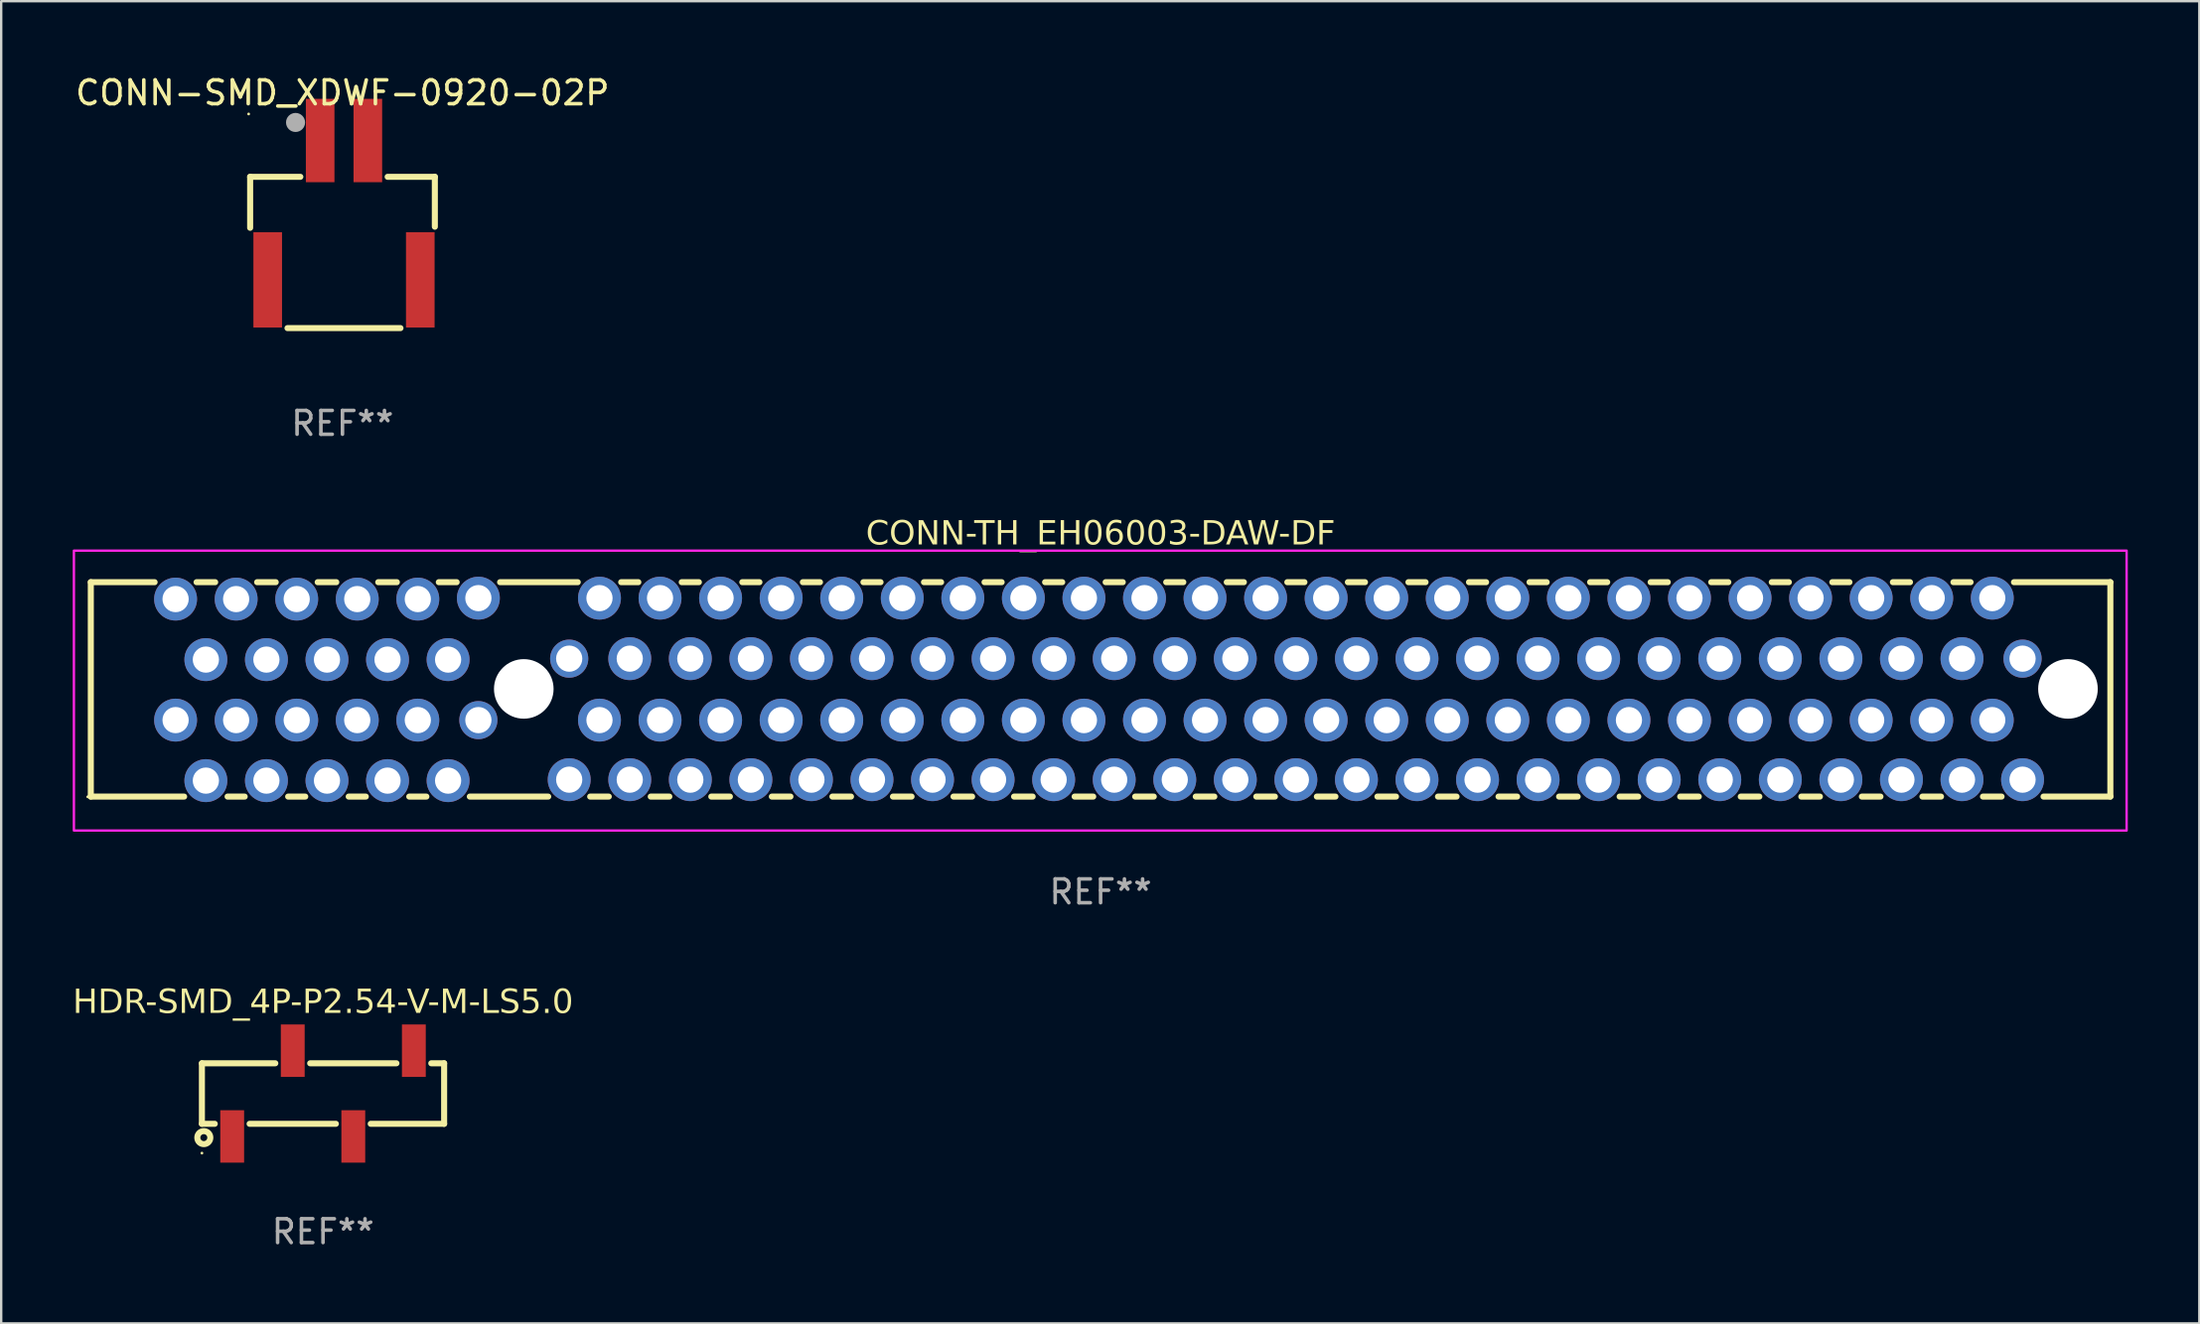
<source format=kicad_pcb>
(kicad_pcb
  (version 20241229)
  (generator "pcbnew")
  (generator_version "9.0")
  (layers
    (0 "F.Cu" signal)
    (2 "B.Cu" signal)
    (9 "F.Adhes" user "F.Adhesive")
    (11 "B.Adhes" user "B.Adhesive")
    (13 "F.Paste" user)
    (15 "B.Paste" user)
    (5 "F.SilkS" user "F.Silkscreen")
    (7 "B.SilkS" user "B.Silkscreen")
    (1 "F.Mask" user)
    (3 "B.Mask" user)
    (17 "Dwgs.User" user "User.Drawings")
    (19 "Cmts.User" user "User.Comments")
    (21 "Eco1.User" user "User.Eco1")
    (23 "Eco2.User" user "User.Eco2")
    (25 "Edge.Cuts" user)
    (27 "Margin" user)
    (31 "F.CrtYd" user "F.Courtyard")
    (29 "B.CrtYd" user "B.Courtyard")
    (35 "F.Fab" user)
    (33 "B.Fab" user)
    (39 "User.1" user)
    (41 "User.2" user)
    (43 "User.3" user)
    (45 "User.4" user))
  (footprint "CONN-SMD_XDWF-0920-02P"
    (layer "F.Cu")
    (at 11.379 5.773)
    (property "Reference" "CONN-SMD_XDWF-0920-02P" (at -0.064 -4.925 0) (layer "F.SilkS") (effects (font (size 1 1) (thickness 0.15))))
    (attr smd)
    (fp_line (start -3.937 -1.401) (end -3.937 0.739) (stroke (width 0.254) (type solid)) (layer "F.SilkS"))
    (fp_line (start -2.37 4.949) (end 2.369 4.949) (stroke (width 0.254) (type solid)) (layer "F.SilkS"))
    (fp_line (start -1.831 -1.401) (end -3.937 -1.401) (stroke (width 0.254) (type solid)) (layer "F.SilkS"))
    (fp_line (start 1.831 -1.401) (end 3.81 -1.401) (stroke (width 0.254) (type solid)) (layer "F.SilkS"))
    (fp_line (start 3.81 -1.401) (end 3.81 0.694) (stroke (width 0.254) (type solid)) (layer "F.SilkS"))
    (fp_circle (center -4 -4.039) (end -3.97 -4.039) (stroke (width 0.06) (type solid)) (fill no) (layer "F.SilkS"))
    (fp_circle (center -2.032 -3.683) (end -1.832 -3.683) (stroke (width 0.4) (type solid)) (fill no) (layer "F.Fab"))
    (fp_text user "REF**" (at -0.064 8.949 0) (layer "F.Fab") (effects (font (size 1 1) (thickness 0.15))))
    (pad "1" smd rect (at -1 -2.925) (size 1.2 3.5) (layers "F.Cu" "F.Mask" "F.Paste"))
    (pad "2" smd rect (at 1 -2.925) (size 1.2 3.5) (layers "F.Cu" "F.Mask" "F.Paste"))
    (pad "3" smd rect (at 3.2 2.925) (size 1.2 4) (layers "F.Cu" "F.Mask" "F.Paste"))
    (pad "4" smd rect (at -3.2 2.925) (size 1.2 4) (layers "F.Cu" "F.Mask" "F.Paste")))
  (footprint "CONN-TH_EH06003-DAW-DF"
    (layer "F.Cu")
    (at 43.05 25.887)
    (property "Reference" "CONN-TH_EH06003-DAW-DF" (at 0.064 -6.5 0) (layer "F.SilkS") (effects (font (face "Anko Personal Use SemBd") (size 1 1) (thickness 0.15))))
    (attr through_hole)
    (fp_line (start -42.291 -4.5) (end -42.291 4.5) (stroke (width 0.254) (type solid)) (layer "F.SilkS"))
    (fp_line (start -42.291 -4.5) (end -39.615 -4.5) (stroke (width 0.254) (type solid)) (layer "F.SilkS"))
    (fp_line (start -42.291 4.5) (end -38.376 4.5) (stroke (width 0.254) (type solid)) (layer "F.SilkS"))
    (fp_line (start -37.855 -4.5) (end -37.075 -4.5) (stroke (width 0.254) (type solid)) (layer "F.SilkS"))
    (fp_line (start -36.554 4.5) (end -35.836 4.5) (stroke (width 0.254) (type solid)) (layer "F.SilkS"))
    (fp_line (start -35.315 -4.5) (end -34.535 -4.5) (stroke (width 0.254) (type solid)) (layer "F.SilkS"))
    (fp_line (start -34.014 4.5) (end -33.296 4.5) (stroke (width 0.254) (type solid)) (layer "F.SilkS"))
    (fp_line (start -32.775 -4.5) (end -31.995 -4.5) (stroke (width 0.254) (type solid)) (layer "F.SilkS"))
    (fp_line (start -31.474 4.5) (end -30.756 4.5) (stroke (width 0.254) (type solid)) (layer "F.SilkS"))
    (fp_line (start -30.235 -4.5) (end -29.455 -4.5) (stroke (width 0.254) (type solid)) (layer "F.SilkS"))
    (fp_line (start -28.934 4.5) (end -28.216 4.5) (stroke (width 0.254) (type solid)) (layer "F.SilkS"))
    (fp_line (start -27.695 -4.5) (end -26.946 -4.5) (stroke (width 0.254) (type solid)) (layer "F.SilkS"))
    (fp_line (start -26.394 4.5) (end -23.105 4.5) (stroke (width 0.254) (type solid)) (layer "F.SilkS"))
    (fp_line (start -25.124 -4.5) (end -21.866 -4.5) (stroke (width 0.254) (type solid)) (layer "F.SilkS"))
    (fp_line (start -21.345 4.5) (end -20.565 4.5) (stroke (width 0.254) (type solid)) (layer "F.SilkS"))
    (fp_line (start -20.044 -4.5) (end -19.326 -4.5) (stroke (width 0.254) (type solid)) (layer "F.SilkS"))
    (fp_line (start -18.805 4.5) (end -18.025 4.5) (stroke (width 0.254) (type solid)) (layer "F.SilkS"))
    (fp_line (start -17.504 -4.5) (end -16.786 -4.5) (stroke (width 0.254) (type solid)) (layer "F.SilkS"))
    (fp_line (start -16.265 4.5) (end -15.485 4.5) (stroke (width 0.254) (type solid)) (layer "F.SilkS"))
    (fp_line (start -14.964 -4.5) (end -14.246 -4.5) (stroke (width 0.254) (type solid)) (layer "F.SilkS"))
    (fp_line (start -13.725 4.5) (end -12.945 4.5) (stroke (width 0.254) (type solid)) (layer "F.SilkS"))
    (fp_line (start -12.424 -4.5) (end -11.706 -4.5) (stroke (width 0.254) (type solid)) (layer "F.SilkS"))
    (fp_line (start -11.185 4.5) (end -10.405 4.5) (stroke (width 0.254) (type solid)) (layer "F.SilkS"))
    (fp_line (start -9.884 -4.5) (end -9.166 -4.5) (stroke (width 0.254) (type solid)) (layer "F.SilkS"))
    (fp_line (start -8.645 4.5) (end -7.865 4.5) (stroke (width 0.254) (type solid)) (layer "F.SilkS"))
    (fp_line (start -7.344 -4.5) (end -6.626 -4.5) (stroke (width 0.254) (type solid)) (layer "F.SilkS"))
    (fp_line (start -6.105 4.5) (end -5.325 4.5) (stroke (width 0.254) (type solid)) (layer "F.SilkS"))
    (fp_line (start -4.804 -4.5) (end -4.086 -4.5) (stroke (width 0.254) (type solid)) (layer "F.SilkS"))
    (fp_line (start -3.565 4.5) (end -2.785 4.5) (stroke (width 0.254) (type solid)) (layer "F.SilkS"))
    (fp_line (start -2.264 -4.5) (end -1.546 -4.5) (stroke (width 0.254) (type solid)) (layer "F.SilkS"))
    (fp_line (start -1.025 4.5) (end -0.245 4.5) (stroke (width 0.254) (type solid)) (layer "F.SilkS"))
    (fp_line (start 0.276 -4.5) (end 0.994 -4.5) (stroke (width 0.254) (type solid)) (layer "F.SilkS"))
    (fp_line (start 1.515 4.5) (end 2.295 4.5) (stroke (width 0.254) (type solid)) (layer "F.SilkS"))
    (fp_line (start 2.816 -4.5) (end 3.534 -4.5) (stroke (width 0.254) (type solid)) (layer "F.SilkS"))
    (fp_line (start 4.055 4.5) (end 4.835 4.5) (stroke (width 0.254) (type solid)) (layer "F.SilkS"))
    (fp_line (start 5.356 -4.5) (end 6.074 -4.5) (stroke (width 0.254) (type solid)) (layer "F.SilkS"))
    (fp_line (start 6.595 4.5) (end 7.375 4.5) (stroke (width 0.254) (type solid)) (layer "F.SilkS"))
    (fp_line (start 7.896 -4.5) (end 8.614 -4.5) (stroke (width 0.254) (type solid)) (layer "F.SilkS"))
    (fp_line (start 9.135 4.5) (end 9.915 4.5) (stroke (width 0.254) (type solid)) (layer "F.SilkS"))
    (fp_line (start 10.436 -4.5) (end 11.154 -4.5) (stroke (width 0.254) (type solid)) (layer "F.SilkS"))
    (fp_line (start 11.675 4.5) (end 12.455 4.5) (stroke (width 0.254) (type solid)) (layer "F.SilkS"))
    (fp_line (start 12.976 -4.5) (end 13.694 -4.5) (stroke (width 0.254) (type solid)) (layer "F.SilkS"))
    (fp_line (start 14.215 4.5) (end 14.995 4.5) (stroke (width 0.254) (type solid)) (layer "F.SilkS"))
    (fp_line (start 15.516 -4.5) (end 16.234 -4.5) (stroke (width 0.254) (type solid)) (layer "F.SilkS"))
    (fp_line (start 16.755 4.5) (end 17.535 4.5) (stroke (width 0.254) (type solid)) (layer "F.SilkS"))
    (fp_line (start 18.056 -4.5) (end 18.774 -4.5) (stroke (width 0.254) (type solid)) (layer "F.SilkS"))
    (fp_line (start 19.295 4.5) (end 20.075 4.5) (stroke (width 0.254) (type solid)) (layer "F.SilkS"))
    (fp_line (start 20.596 -4.5) (end 21.314 -4.5) (stroke (width 0.254) (type solid)) (layer "F.SilkS"))
    (fp_line (start 21.835 4.5) (end 22.615 4.5) (stroke (width 0.254) (type solid)) (layer "F.SilkS"))
    (fp_line (start 23.136 -4.5) (end 23.854 -4.5) (stroke (width 0.254) (type solid)) (layer "F.SilkS"))
    (fp_line (start 24.375 4.5) (end 25.155 4.5) (stroke (width 0.254) (type solid)) (layer "F.SilkS"))
    (fp_line (start 25.676 -4.5) (end 26.394 -4.5) (stroke (width 0.254) (type solid)) (layer "F.SilkS"))
    (fp_line (start 26.915 4.5) (end 27.695 4.5) (stroke (width 0.254) (type solid)) (layer "F.SilkS"))
    (fp_line (start 28.216 -4.5) (end 28.934 -4.5) (stroke (width 0.254) (type solid)) (layer "F.SilkS"))
    (fp_line (start 29.455 4.5) (end 30.235 4.5) (stroke (width 0.254) (type solid)) (layer "F.SilkS"))
    (fp_line (start 30.756 -4.5) (end 31.474 -4.5) (stroke (width 0.254) (type solid)) (layer "F.SilkS"))
    (fp_line (start 31.995 4.5) (end 32.775 4.5) (stroke (width 0.254) (type solid)) (layer "F.SilkS"))
    (fp_line (start 33.296 -4.5) (end 34.014 -4.5) (stroke (width 0.254) (type solid)) (layer "F.SilkS"))
    (fp_line (start 34.535 4.5) (end 35.315 4.5) (stroke (width 0.254) (type solid)) (layer "F.SilkS"))
    (fp_line (start 35.836 -4.5) (end 36.554 -4.5) (stroke (width 0.254) (type solid)) (layer "F.SilkS"))
    (fp_line (start 37.075 4.5) (end 37.855 4.5) (stroke (width 0.254) (type solid)) (layer "F.SilkS"))
    (fp_line (start 38.376 -4.5) (end 42.418 -4.5) (stroke (width 0.254) (type solid)) (layer "F.SilkS"))
    (fp_line (start 39.615 4.5) (end 42.418 4.5) (stroke (width 0.254) (type solid)) (layer "F.SilkS"))
    (fp_line (start 42.418 -4.5) (end 42.418 4.5) (stroke (width 0.254) (type solid)) (layer "F.SilkS"))
    (fp_circle (center -42.42 4.51) (end -42.39 4.51) (stroke (width 0.06) (type solid)) (fill no) (layer "F.SilkS"))
    (fp_rect (start -43 -5.825) (end 43.1 5.925) (stroke (width 0.1) (type default)) (fill no) (layer "F.CrtYd"))
    (fp_circle (center -24.13 -0.02) (end -23.58 -0.02) (stroke (width 1.1) (type solid)) (fill no) (layer "F.Fab"))
    (fp_circle (center 40.64 -0.02) (end 41.19 -0.02) (stroke (width 1.1) (type solid)) (fill no) (layer "F.Fab"))
    (fp_text user "REF**" (at 0.064 8.5 0) (layer "F.Fab") (effects (font (size 1 1) (thickness 0.15))))
    (pad "" np_thru_hole circle (at -24.13 -0.02) (size 2.5 2.5) (drill 2.5) (layers "*.Cu" "*.Mask"))
    (pad "" np_thru_hole circle (at 40.64 -0.02) (size 2.5 2.5) (drill 2.5) (layers "*.Cu" "*.Mask"))
    (pad "A1" thru_hole circle (at 38.735 3.79) (size 1.8 1.8) (drill 1.1) (layers "*.Cu" "*.Mask"))
    (pad "A2" thru_hole circle (at 37.465 1.29) (size 1.8 1.8) (drill 1.1) (layers "*.Cu" "*.Mask"))
    (pad "A3" thru_hole circle (at 36.195 3.79) (size 1.8 1.8) (drill 1.1) (layers "*.Cu" "*.Mask"))
    (pad "A4" thru_hole circle (at 34.925 1.29) (size 1.8 1.8) (drill 1.1) (layers "*.Cu" "*.Mask"))
    (pad "A5" thru_hole circle (at 33.655 3.79) (size 1.8 1.8) (drill 1.1) (layers "*.Cu" "*.Mask"))
    (pad "A6" thru_hole circle (at 32.385 1.29) (size 1.8 1.8) (drill 1.1) (layers "*.Cu" "*.Mask"))
    (pad "A7" thru_hole circle (at 31.115 3.79) (size 1.8 1.8) (drill 1.1) (layers "*.Cu" "*.Mask"))
    (pad "A8" thru_hole circle (at 29.845 1.29) (size 1.8 1.8) (drill 1.1) (layers "*.Cu" "*.Mask"))
    (pad "A9" thru_hole circle (at 28.575 3.79) (size 1.8 1.8) (drill 1.1) (layers "*.Cu" "*.Mask"))
    (pad "A10" thru_hole circle (at 27.305 1.29) (size 1.8 1.8) (drill 1.1) (layers "*.Cu" "*.Mask"))
    (pad "A11" thru_hole circle (at 26.035 3.79) (size 1.8 1.8) (drill 1.1) (layers "*.Cu" "*.Mask"))
    (pad "A12" thru_hole circle (at 24.765 1.29) (size 1.8 1.8) (drill 1.1) (layers "*.Cu" "*.Mask"))
    (pad "A13" thru_hole circle (at 23.495 3.79) (size 1.8 1.8) (drill 1.1) (layers "*.Cu" "*.Mask"))
    (pad "A14" thru_hole circle (at 22.225 1.29) (size 1.8 1.8) (drill 1.1) (layers "*.Cu" "*.Mask"))
    (pad "A15" thru_hole circle (at 20.955 3.79) (size 1.8 1.8) (drill 1.1) (layers "*.Cu" "*.Mask"))
    (pad "A16" thru_hole circle (at 19.685 1.29) (size 1.8 1.8) (drill 1.1) (layers "*.Cu" "*.Mask"))
    (pad "A17" thru_hole circle (at 18.415 3.79) (size 1.8 1.8) (drill 1.1) (layers "*.Cu" "*.Mask"))
    (pad "A18" thru_hole circle (at 17.145 1.29) (size 1.8 1.8) (drill 1.1) (layers "*.Cu" "*.Mask"))
    (pad "A19" thru_hole circle (at 15.875 3.79) (size 1.8 1.8) (drill 1.1) (layers "*.Cu" "*.Mask"))
    (pad "A20" thru_hole circle (at 14.605 1.29) (size 1.8 1.8) (drill 1.1) (layers "*.Cu" "*.Mask"))
    (pad "A21" thru_hole circle (at 13.335 3.79) (size 1.8 1.8) (drill 1.1) (layers "*.Cu" "*.Mask"))
    (pad "A22" thru_hole circle (at 12.065 1.29) (size 1.8 1.8) (drill 1.1) (layers "*.Cu" "*.Mask"))
    (pad "A23" thru_hole circle (at 10.795 3.79) (size 1.8 1.8) (drill 1.1) (layers "*.Cu" "*.Mask"))
    (pad "A24" thru_hole circle (at 9.525 1.29) (size 1.8 1.8) (drill 1.1) (layers "*.Cu" "*.Mask"))
    (pad "A25" thru_hole circle (at 8.255 3.79) (size 1.8 1.8) (drill 1.1) (layers "*.Cu" "*.Mask"))
    (pad "A26" thru_hole circle (at 6.985 1.29) (size 1.8 1.8) (drill 1.1) (layers "*.Cu" "*.Mask"))
    (pad "A27" thru_hole circle (at 5.715 3.79) (size 1.8 1.8) (drill 1.1) (layers "*.Cu" "*.Mask"))
    (pad "A28" thru_hole circle (at 4.445 1.29) (size 1.8 1.8) (drill 1.1) (layers "*.Cu" "*.Mask"))
    (pad "A29" thru_hole circle (at 3.175 3.79) (size 1.8 1.8) (drill 1.1) (layers "*.Cu" "*.Mask"))
    (pad "A30" thru_hole circle (at 1.905 1.29) (size 1.8 1.8) (drill 1.1) (layers "*.Cu" "*.Mask"))
    (pad "A31" thru_hole circle (at 0.635 3.79) (size 1.8 1.8) (drill 1.1) (layers "*.Cu" "*.Mask"))
    (pad "A32" thru_hole circle (at -0.635 1.29) (size 1.8 1.8) (drill 1.1) (layers "*.Cu" "*.Mask"))
    (pad "A33" thru_hole circle (at -1.905 3.79) (size 1.8 1.8) (drill 1.1) (layers "*.Cu" "*.Mask"))
    (pad "A34" thru_hole circle (at -3.175 1.29) (size 1.8 1.8) (drill 1.1) (layers "*.Cu" "*.Mask"))
    (pad "A35" thru_hole circle (at -4.445 3.79) (size 1.8 1.8) (drill 1.1) (layers "*.Cu" "*.Mask"))
    (pad "A36" thru_hole circle (at -5.715 1.29) (size 1.8 1.8) (drill 1.1) (layers "*.Cu" "*.Mask"))
    (pad "A37" thru_hole circle (at -6.985 3.79) (size 1.8 1.8) (drill 1.1) (layers "*.Cu" "*.Mask"))
    (pad "A38" thru_hole circle (at -8.255 1.29) (size 1.8 1.8) (drill 1.1) (layers "*.Cu" "*.Mask"))
    (pad "A39" thru_hole circle (at -9.525 3.79) (size 1.8 1.8) (drill 1.1) (layers "*.Cu" "*.Mask"))
    (pad "A40" thru_hole circle (at -10.795 1.29) (size 1.8 1.8) (drill 1.1) (layers "*.Cu" "*.Mask"))
    (pad "A41" thru_hole circle (at -12.065 3.79) (size 1.8 1.8) (drill 1.1) (layers "*.Cu" "*.Mask"))
    (pad "A42" thru_hole circle (at -13.335 1.29) (size 1.8 1.8) (drill 1.1) (layers "*.Cu" "*.Mask"))
    (pad "A43" thru_hole circle (at -14.605 3.79) (size 1.8 1.8) (drill 1.1) (layers "*.Cu" "*.Mask"))
    (pad "A44" thru_hole circle (at -15.875 1.29) (size 1.8 1.8) (drill 1.1) (layers "*.Cu" "*.Mask"))
    (pad "A45" thru_hole circle (at -17.145 3.79) (size 1.8 1.8) (drill 1.1) (layers "*.Cu" "*.Mask"))
    (pad "A46" thru_hole circle (at -18.415 1.29) (size 1.8 1.8) (drill 1.1) (layers "*.Cu" "*.Mask"))
    (pad "A47" thru_hole circle (at -19.685 3.79) (size 1.8 1.8) (drill 1.1) (layers "*.Cu" "*.Mask"))
    (pad "A48" thru_hole circle (at -20.955 1.29) (size 1.8 1.8) (drill 1.1) (layers "*.Cu" "*.Mask"))
    (pad "A49" thru_hole circle (at -22.225 3.79) (size 1.8 1.8) (drill 1.1) (layers "*.Cu" "*.Mask"))
    (pad "A52" thru_hole circle (at -26.035 1.29) (size 1.6 1.6) (drill 1.1) (layers "*.Cu" "*.Mask"))
    (pad "A53" thru_hole circle (at -27.305 3.83) (size 1.8 1.8) (drill 1.1) (layers "*.Cu" "*.Mask"))
    (pad "A54" thru_hole circle (at -28.575 1.29) (size 1.8 1.8) (drill 1.1) (layers "*.Cu" "*.Mask"))
    (pad "A55'" thru_hole circle (at -29.845 3.83) (size 1.8 1.8) (drill 1.1) (layers "*.Cu" "*.Mask"))
    (pad "A56" thru_hole circle (at -31.115 1.29) (size 1.8 1.8) (drill 1.1) (layers "*.Cu" "*.Mask"))
    (pad "A57" thru_hole circle (at -32.385 3.83) (size 1.8 1.8) (drill 1.1) (layers "*.Cu" "*.Mask"))
    (pad "A58" thru_hole circle (at -33.655 1.29) (size 1.8 1.8) (drill 1.1) (layers "*.Cu" "*.Mask"))
    (pad "A59" thru_hole circle (at -34.925 3.83) (size 1.8 1.8) (drill 1.1) (layers "*.Cu" "*.Mask"))
    (pad "A60" thru_hole circle (at -36.195 1.29) (size 1.8 1.8) (drill 1.1) (layers "*.Cu" "*.Mask"))
    (pad "A61" thru_hole circle (at -37.465 3.83) (size 1.8 1.8) (drill 1.1) (layers "*.Cu" "*.Mask"))
    (pad "A62" thru_hole circle (at -38.735 1.29) (size 1.8 1.8) (drill 1.1) (layers "*.Cu" "*.Mask"))
    (pad "B1" thru_hole circle (at 38.735 -1.29) (size 1.6 1.6) (drill 1.1) (layers "*.Cu" "*.Mask"))
    (pad "B2" thru_hole circle (at 37.465 -3.83) (size 1.8 1.8) (drill 1.1) (layers "*.Cu" "*.Mask"))
    (pad "B3" thru_hole circle (at 36.195 -1.29) (size 1.8 1.8) (drill 1.1) (layers "*.Cu" "*.Mask"))
    (pad "B4" thru_hole circle (at 34.925 -3.83) (size 1.8 1.8) (drill 1.1) (layers "*.Cu" "*.Mask"))
    (pad "B5" thru_hole circle (at 33.655 -1.29) (size 1.8 1.8) (drill 1.1) (layers "*.Cu" "*.Mask"))
    (pad "B6" thru_hole circle (at 32.385 -3.83) (size 1.8 1.8) (drill 1.1) (layers "*.Cu" "*.Mask"))
    (pad "B7" thru_hole circle (at 31.115 -1.29) (size 1.8 1.8) (drill 1.1) (layers "*.Cu" "*.Mask"))
    (pad "B8" thru_hole circle (at 29.845 -3.83) (size 1.8 1.8) (drill 1.1) (layers "*.Cu" "*.Mask"))
    (pad "B9" thru_hole circle (at 28.575 -1.29) (size 1.8 1.8) (drill 1.1) (layers "*.Cu" "*.Mask"))
    (pad "B10" thru_hole circle (at 27.305 -3.83) (size 1.8 1.8) (drill 1.1) (layers "*.Cu" "*.Mask"))
    (pad "B11" thru_hole circle (at 26.035 -1.29) (size 1.8 1.8) (drill 1.1) (layers "*.Cu" "*.Mask"))
    (pad "B12" thru_hole circle (at 24.765 -3.83) (size 1.8 1.8) (drill 1.1) (layers "*.Cu" "*.Mask"))
    (pad "B13" thru_hole circle (at 23.495 -1.29) (size 1.8 1.8) (drill 1.1) (layers "*.Cu" "*.Mask"))
    (pad "B14" thru_hole circle (at 22.225 -3.83) (size 1.8 1.8) (drill 1.1) (layers "*.Cu" "*.Mask"))
    (pad "B15" thru_hole circle (at 20.955 -1.29) (size 1.8 1.8) (drill 1.1) (layers "*.Cu" "*.Mask"))
    (pad "B16" thru_hole circle (at 19.685 -3.83) (size 1.8 1.8) (drill 1.1) (layers "*.Cu" "*.Mask"))
    (pad "B17" thru_hole circle (at 18.415 -1.29) (size 1.8 1.8) (drill 1.1) (layers "*.Cu" "*.Mask"))
    (pad "B18" thru_hole circle (at 17.145 -3.83) (size 1.8 1.8) (drill 1.1) (layers "*.Cu" "*.Mask"))
    (pad "B19" thru_hole circle (at 15.875 -1.29) (size 1.8 1.8) (drill 1.1) (layers "*.Cu" "*.Mask"))
    (pad "B20" thru_hole circle (at 14.605 -3.83) (size 1.8 1.8) (drill 1.1) (layers "*.Cu" "*.Mask"))
    (pad "B21" thru_hole circle (at 13.335 -1.29) (size 1.8 1.8) (drill 1.1) (layers "*.Cu" "*.Mask"))
    (pad "B22" thru_hole circle (at 12.065 -3.83) (size 1.8 1.8) (drill 1.1) (layers "*.Cu" "*.Mask"))
    (pad "B23" thru_hole circle (at 10.795 -1.29) (size 1.8 1.8) (drill 1.1) (layers "*.Cu" "*.Mask"))
    (pad "B24" thru_hole circle (at 9.525 -3.83) (size 1.8 1.8) (drill 1.1) (layers "*.Cu" "*.Mask"))
    (pad "B25" thru_hole circle (at 8.255 -1.29) (size 1.8 1.8) (drill 1.1) (layers "*.Cu" "*.Mask"))
    (pad "B26" thru_hole circle (at 6.985 -3.83) (size 1.8 1.8) (drill 1.1) (layers "*.Cu" "*.Mask"))
    (pad "B27" thru_hole circle (at 5.715 -1.29) (size 1.8 1.8) (drill 1.1) (layers "*.Cu" "*.Mask"))
    (pad "B28" thru_hole circle (at 4.445 -3.83) (size 1.8 1.8) (drill 1.1) (layers "*.Cu" "*.Mask"))
    (pad "B29" thru_hole circle (at 3.175 -1.29) (size 1.8 1.8) (drill 1.1) (layers "*.Cu" "*.Mask"))
    (pad "B30" thru_hole circle (at 1.905 -3.83) (size 1.8 1.8) (drill 1.1) (layers "*.Cu" "*.Mask"))
    (pad "B31" thru_hole circle (at 0.635 -1.29) (size 1.8 1.8) (drill 1.1) (layers "*.Cu" "*.Mask"))
    (pad "B32" thru_hole circle (at -0.635 -3.83) (size 1.8 1.8) (drill 1.1) (layers "*.Cu" "*.Mask"))
    (pad "B33" thru_hole circle (at -1.905 -1.29) (size 1.8 1.8) (drill 1.1) (layers "*.Cu" "*.Mask"))
    (pad "B34" thru_hole circle (at -3.175 -3.83) (size 1.8 1.8) (drill 1.1) (layers "*.Cu" "*.Mask"))
    (pad "B35" thru_hole circle (at -4.445 -1.29) (size 1.8 1.8) (drill 1.1) (layers "*.Cu" "*.Mask"))
    (pad "B36" thru_hole circle (at -5.715 -3.83) (size 1.8 1.8) (drill 1.1) (layers "*.Cu" "*.Mask"))
    (pad "B37" thru_hole circle (at -6.985 -1.29) (size 1.8 1.8) (drill 1.1) (layers "*.Cu" "*.Mask"))
    (pad "B38" thru_hole circle (at -8.255 -3.83) (size 1.8 1.8) (drill 1.1) (layers "*.Cu" "*.Mask"))
    (pad "B39" thru_hole circle (at -9.525 -1.29) (size 1.8 1.8) (drill 1.1) (layers "*.Cu" "*.Mask"))
    (pad "B40" thru_hole circle (at -10.795 -3.83) (size 1.8 1.8) (drill 1.1) (layers "*.Cu" "*.Mask"))
    (pad "B41" thru_hole circle (at -12.065 -1.29) (size 1.8 1.8) (drill 1.1) (layers "*.Cu" "*.Mask"))
    (pad "B42" thru_hole circle (at -13.335 -3.83) (size 1.8 1.8) (drill 1.1) (layers "*.Cu" "*.Mask"))
    (pad "B43" thru_hole circle (at -14.605 -1.29) (size 1.8 1.8) (drill 1.1) (layers "*.Cu" "*.Mask"))
    (pad "B44" thru_hole circle (at -15.875 -3.83) (size 1.8 1.8) (drill 1.1) (layers "*.Cu" "*.Mask"))
    (pad "B45" thru_hole circle (at -17.145 -1.29) (size 1.8 1.8) (drill 1.1) (layers "*.Cu" "*.Mask"))
    (pad "B46" thru_hole circle (at -18.415 -3.83) (size 1.8 1.8) (drill 1.1) (layers "*.Cu" "*.Mask"))
    (pad "B47" thru_hole circle (at -19.685 -1.29) (size 1.8 1.8) (drill 1.1) (layers "*.Cu" "*.Mask"))
    (pad "B48" thru_hole circle (at -20.955 -3.83) (size 1.8 1.8) (drill 1.1) (layers "*.Cu" "*.Mask"))
    (pad "B49" thru_hole circle (at -22.225 -1.29) (size 1.6 1.6) (drill 1.1) (layers "*.Cu" "*.Mask"))
    (pad "B52" thru_hole circle (at -26.035 -3.83) (size 1.8 1.8) (drill 1.1) (layers "*.Cu" "*.Mask"))
    (pad "B53" thru_hole circle (at -27.305 -1.25) (size 1.8 1.8) (drill 1.1) (layers "*.Cu" "*.Mask"))
    (pad "B54" thru_hole circle (at -28.575 -3.79) (size 1.8 1.8) (drill 1.1) (layers "*.Cu" "*.Mask"))
    (pad "B55" thru_hole circle (at -29.845 -1.25) (size 1.8 1.8) (drill 1.1) (layers "*.Cu" "*.Mask"))
    (pad "B56" thru_hole circle (at -31.115 -3.79) (size 1.8 1.8) (drill 1.1) (layers "*.Cu" "*.Mask"))
    (pad "B57" thru_hole circle (at -32.385 -1.25) (size 1.8 1.8) (drill 1.1) (layers "*.Cu" "*.Mask"))
    (pad "B58" thru_hole circle (at -33.655 -3.79) (size 1.8 1.8) (drill 1.1) (layers "*.Cu" "*.Mask"))
    (pad "B59" thru_hole circle (at -34.925 -1.25) (size 1.8 1.8) (drill 1.1) (layers "*.Cu" "*.Mask"))
    (pad "B60" thru_hole circle (at -36.195 -3.79) (size 1.8 1.8) (drill 1.1) (layers "*.Cu" "*.Mask"))
    (pad "B61" thru_hole circle (at -37.465 -1.25) (size 1.8 1.8) (drill 1.1) (layers "*.Cu" "*.Mask"))
    (pad "B62" thru_hole circle (at -38.735 -3.79) (size 1.8 1.8) (drill 1.1) (layers "*.Cu" "*.Mask")))
  (footprint "HDR-SMD_4P-P2.54-V-M-LS5.0"
    (layer "F.Cu")
    (at 10.499 42.852)
    (property "Reference" "HDR-SMD_4P-P2.54-V-M-LS5.0" (at 0 -3.8 0) (layer "F.SilkS") (effects (font (face "Anko Personal Use SemBd") (size 1 1) (thickness 0.15))))
    (attr smd)
    (fp_line (start -5.08 -1.27) (end -5.08 1.27) (stroke (width 0.254) (type solid)) (layer "F.SilkS"))
    (fp_line (start -5.08 1.27) (end -4.541 1.27) (stroke (width 0.254) (type solid)) (layer "F.SilkS"))
    (fp_line (start -3.079 1.27) (end 0.539 1.27) (stroke (width 0.254) (type solid)) (layer "F.SilkS"))
    (fp_line (start -2.001 -1.27) (end -5.08 -1.27) (stroke (width 0.254) (type solid)) (layer "F.SilkS"))
    (fp_line (start 2.001 1.27) (end 5.08 1.27) (stroke (width 0.254) (type solid)) (layer "F.SilkS"))
    (fp_line (start 3.079 -1.27) (end -0.539 -1.27) (stroke (width 0.254) (type solid)) (layer "F.SilkS"))
    (fp_line (start 5.08 -1.27) (end 4.541 -1.27) (stroke (width 0.254) (type solid)) (layer "F.SilkS"))
    (fp_line (start 5.08 1.27) (end 5.08 -1.27) (stroke (width 0.254) (type solid)) (layer "F.SilkS"))
    (fp_circle (center -5.08 2.5) (end -5.05 2.5) (stroke (width 0.06) (type solid)) (fill no) (layer "F.SilkS"))
    (fp_circle (center -5 1.85) (end -4.727 1.85) (stroke (width 0.254) (type solid)) (fill no) (layer "F.SilkS"))
    (fp_text user "REF**" (at 0 5.8 0) (layer "F.Fab") (effects (font (size 1 1) (thickness 0.15))))
    (pad "1" smd rect (at -3.81 1.8) (size 1 2.2) (layers "F.Cu" "F.Mask" "F.Paste"))
    (pad "2" smd rect (at -1.27 -1.8) (size 1 2.2) (layers "F.Cu" "F.Mask" "F.Paste"))
    (pad "3" smd rect (at 1.27 1.8) (size 1 2.2) (layers "F.Cu" "F.Mask" "F.Paste"))
    (pad "4" smd rect (at 3.81 -1.8) (size 1 2.2) (layers "F.Cu" "F.Mask" "F.Paste")))
  (gr_rect
    (start -3 -3)
    (end 89.2 52.5)
    (stroke (width 0.1) (type default))
    (fill no)
    (layer "Edge.Cuts")))
</source>
